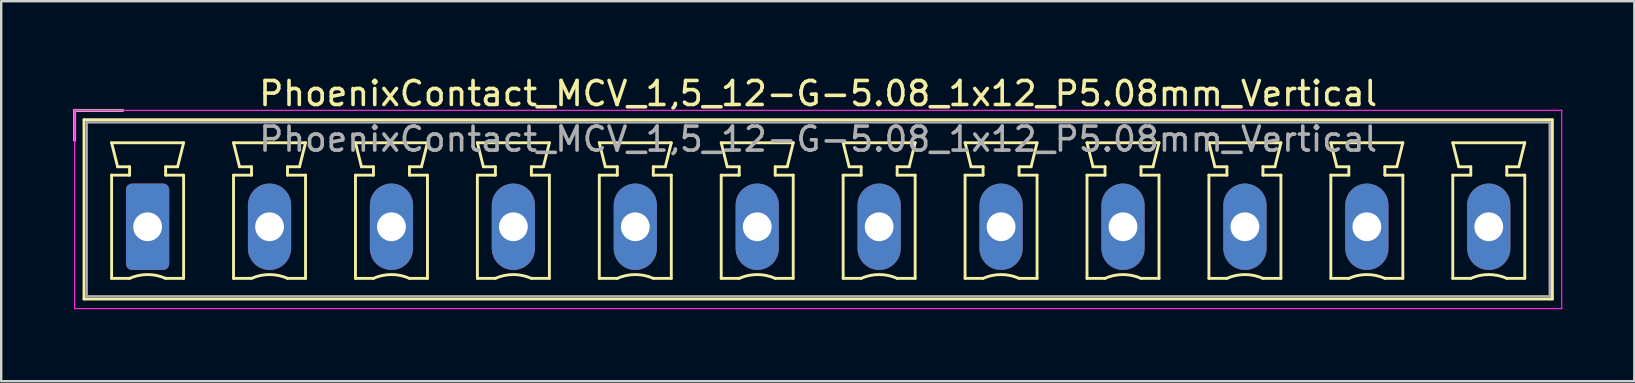
<source format=kicad_pcb>
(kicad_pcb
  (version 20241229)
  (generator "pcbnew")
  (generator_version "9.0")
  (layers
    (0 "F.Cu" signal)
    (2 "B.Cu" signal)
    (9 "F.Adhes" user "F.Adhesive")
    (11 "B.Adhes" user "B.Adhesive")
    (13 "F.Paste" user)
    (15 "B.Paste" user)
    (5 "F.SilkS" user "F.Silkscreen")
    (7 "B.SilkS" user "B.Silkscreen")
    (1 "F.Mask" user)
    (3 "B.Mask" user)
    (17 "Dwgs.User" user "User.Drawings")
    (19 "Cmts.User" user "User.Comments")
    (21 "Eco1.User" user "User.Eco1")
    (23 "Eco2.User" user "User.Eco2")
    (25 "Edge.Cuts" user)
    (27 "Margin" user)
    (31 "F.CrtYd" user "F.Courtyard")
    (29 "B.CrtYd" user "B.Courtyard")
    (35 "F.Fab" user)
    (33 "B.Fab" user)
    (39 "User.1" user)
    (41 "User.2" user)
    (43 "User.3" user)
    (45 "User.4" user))
  (footprint "PhoenixContact_MCV_1,5_12-G-5.08_1x12_P5.08mm_Vertical"
    (layer "F.Cu")
    (at 3.1 6.398)
    (property "Reference" "PhoenixContact_MCV_1,5_12-G-5.08_1x12_P5.08mm_Vertical" (at 27.94 -5.55 0) (layer "F.SilkS") (effects (font (size 1 1) (thickness 0.15))))
    (attr through_hole)
    (fp_line (start -3.04 -4.85) (end -1.04 -4.85) (stroke (width 0.12) (type solid)) (layer "F.SilkS"))
    (fp_line (start -3.04 -3.6) (end -3.04 -4.85) (stroke (width 0.12) (type solid)) (layer "F.SilkS"))
    (fp_line (start -2.65 -4.46) (end -2.65 3.01) (stroke (width 0.12) (type solid)) (layer "F.SilkS"))
    (fp_line (start -2.65 3.01) (end 58.53 3.01) (stroke (width 0.12) (type solid)) (layer "F.SilkS"))
    (fp_line (start -1.5 -3.5) (end 1.5 -3.5) (stroke (width 0.12) (type solid)) (layer "F.SilkS"))
    (fp_line (start -1.5 -2.15) (end -0.75 -2.15) (stroke (width 0.12) (type solid)) (layer "F.SilkS"))
    (fp_line (start -1.5 2.15) (end -1.5 -2.15) (stroke (width 0.12) (type solid)) (layer "F.SilkS"))
    (fp_line (start -1.25 -2.5) (end -1.5 -3.5) (stroke (width 0.12) (type solid)) (layer "F.SilkS"))
    (fp_line (start -0.75 -2.5) (end -1.25 -2.5) (stroke (width 0.12) (type solid)) (layer "F.SilkS"))
    (fp_line (start -0.75 -2.15) (end -0.75 -2.5) (stroke (width 0.12) (type solid)) (layer "F.SilkS"))
    (fp_line (start -0.75 2.15) (end -1.5 2.15) (stroke (width 0.12) (type solid)) (layer "F.SilkS"))
    (fp_line (start 0.75 -2.5) (end 0.75 -2.15) (stroke (width 0.12) (type solid)) (layer "F.SilkS"))
    (fp_line (start 0.75 -2.15) (end 1.5 -2.15) (stroke (width 0.12) (type solid)) (layer "F.SilkS"))
    (fp_line (start 1.25 -2.5) (end 0.75 -2.5) (stroke (width 0.12) (type solid)) (layer "F.SilkS"))
    (fp_line (start 1.5 -3.5) (end 1.25 -2.5) (stroke (width 0.12) (type solid)) (layer "F.SilkS"))
    (fp_line (start 1.5 -2.15) (end 1.5 2.15) (stroke (width 0.12) (type solid)) (layer "F.SilkS"))
    (fp_line (start 1.5 2.15) (end 0.75 2.15) (stroke (width 0.12) (type solid)) (layer "F.SilkS"))
    (fp_line (start 3.58 -3.5) (end 6.58 -3.5) (stroke (width 0.12) (type solid)) (layer "F.SilkS"))
    (fp_line (start 3.58 -2.15) (end 4.33 -2.15) (stroke (width 0.12) (type solid)) (layer "F.SilkS"))
    (fp_line (start 3.58 2.15) (end 3.58 -2.15) (stroke (width 0.12) (type solid)) (layer "F.SilkS"))
    (fp_line (start 3.83 -2.5) (end 3.58 -3.5) (stroke (width 0.12) (type solid)) (layer "F.SilkS"))
    (fp_line (start 4.33 -2.5) (end 3.83 -2.5) (stroke (width 0.12) (type solid)) (layer "F.SilkS"))
    (fp_line (start 4.33 -2.15) (end 4.33 -2.5) (stroke (width 0.12) (type solid)) (layer "F.SilkS"))
    (fp_line (start 4.33 2.15) (end 3.58 2.15) (stroke (width 0.12) (type solid)) (layer "F.SilkS"))
    (fp_line (start 5.83 -2.5) (end 5.83 -2.15) (stroke (width 0.12) (type solid)) (layer "F.SilkS"))
    (fp_line (start 5.83 -2.15) (end 6.58 -2.15) (stroke (width 0.12) (type solid)) (layer "F.SilkS"))
    (fp_line (start 6.33 -2.5) (end 5.83 -2.5) (stroke (width 0.12) (type solid)) (layer "F.SilkS"))
    (fp_line (start 6.58 -3.5) (end 6.33 -2.5) (stroke (width 0.12) (type solid)) (layer "F.SilkS"))
    (fp_line (start 6.58 -2.15) (end 6.58 2.15) (stroke (width 0.12) (type solid)) (layer "F.SilkS"))
    (fp_line (start 6.58 2.15) (end 5.83 2.15) (stroke (width 0.12) (type solid)) (layer "F.SilkS"))
    (fp_line (start 8.66 -3.5) (end 11.66 -3.5) (stroke (width 0.12) (type solid)) (layer "F.SilkS"))
    (fp_line (start 8.66 -2.15) (end 9.41 -2.15) (stroke (width 0.12) (type solid)) (layer "F.SilkS"))
    (fp_line (start 8.66 2.15) (end 8.66 -2.15) (stroke (width 0.12) (type solid)) (layer "F.SilkS"))
    (fp_line (start 8.91 -2.5) (end 8.66 -3.5) (stroke (width 0.12) (type solid)) (layer "F.SilkS"))
    (fp_line (start 9.41 -2.5) (end 8.91 -2.5) (stroke (width 0.12) (type solid)) (layer "F.SilkS"))
    (fp_line (start 9.41 -2.15) (end 9.41 -2.5) (stroke (width 0.12) (type solid)) (layer "F.SilkS"))
    (fp_line (start 9.41 2.15) (end 8.66 2.15) (stroke (width 0.12) (type solid)) (layer "F.SilkS"))
    (fp_line (start 10.91 -2.5) (end 10.91 -2.15) (stroke (width 0.12) (type solid)) (layer "F.SilkS"))
    (fp_line (start 10.91 -2.15) (end 11.66 -2.15) (stroke (width 0.12) (type solid)) (layer "F.SilkS"))
    (fp_line (start 11.41 -2.5) (end 10.91 -2.5) (stroke (width 0.12) (type solid)) (layer "F.SilkS"))
    (fp_line (start 11.66 -3.5) (end 11.41 -2.5) (stroke (width 0.12) (type solid)) (layer "F.SilkS"))
    (fp_line (start 11.66 -2.15) (end 11.66 2.15) (stroke (width 0.12) (type solid)) (layer "F.SilkS"))
    (fp_line (start 11.66 2.15) (end 10.91 2.15) (stroke (width 0.12) (type solid)) (layer "F.SilkS"))
    (fp_line (start 13.74 -3.5) (end 16.74 -3.5) (stroke (width 0.12) (type solid)) (layer "F.SilkS"))
    (fp_line (start 13.74 -2.15) (end 14.49 -2.15) (stroke (width 0.12) (type solid)) (layer "F.SilkS"))
    (fp_line (start 13.74 2.15) (end 13.74 -2.15) (stroke (width 0.12) (type solid)) (layer "F.SilkS"))
    (fp_line (start 13.99 -2.5) (end 13.74 -3.5) (stroke (width 0.12) (type solid)) (layer "F.SilkS"))
    (fp_line (start 14.49 -2.5) (end 13.99 -2.5) (stroke (width 0.12) (type solid)) (layer "F.SilkS"))
    (fp_line (start 14.49 -2.15) (end 14.49 -2.5) (stroke (width 0.12) (type solid)) (layer "F.SilkS"))
    (fp_line (start 14.49 2.15) (end 13.74 2.15) (stroke (width 0.12) (type solid)) (layer "F.SilkS"))
    (fp_line (start 15.99 -2.5) (end 15.99 -2.15) (stroke (width 0.12) (type solid)) (layer "F.SilkS"))
    (fp_line (start 15.99 -2.15) (end 16.74 -2.15) (stroke (width 0.12) (type solid)) (layer "F.SilkS"))
    (fp_line (start 16.49 -2.5) (end 15.99 -2.5) (stroke (width 0.12) (type solid)) (layer "F.SilkS"))
    (fp_line (start 16.74 -3.5) (end 16.49 -2.5) (stroke (width 0.12) (type solid)) (layer "F.SilkS"))
    (fp_line (start 16.74 -2.15) (end 16.74 2.15) (stroke (width 0.12) (type solid)) (layer "F.SilkS"))
    (fp_line (start 16.74 2.15) (end 15.99 2.15) (stroke (width 0.12) (type solid)) (layer "F.SilkS"))
    (fp_line (start 18.82 -3.5) (end 21.82 -3.5) (stroke (width 0.12) (type solid)) (layer "F.SilkS"))
    (fp_line (start 18.82 -2.15) (end 19.57 -2.15) (stroke (width 0.12) (type solid)) (layer "F.SilkS"))
    (fp_line (start 18.82 2.15) (end 18.82 -2.15) (stroke (width 0.12) (type solid)) (layer "F.SilkS"))
    (fp_line (start 19.07 -2.5) (end 18.82 -3.5) (stroke (width 0.12) (type solid)) (layer "F.SilkS"))
    (fp_line (start 19.57 -2.5) (end 19.07 -2.5) (stroke (width 0.12) (type solid)) (layer "F.SilkS"))
    (fp_line (start 19.57 -2.15) (end 19.57 -2.5) (stroke (width 0.12) (type solid)) (layer "F.SilkS"))
    (fp_line (start 19.57 2.15) (end 18.82 2.15) (stroke (width 0.12) (type solid)) (layer "F.SilkS"))
    (fp_line (start 21.07 -2.5) (end 21.07 -2.15) (stroke (width 0.12) (type solid)) (layer "F.SilkS"))
    (fp_line (start 21.07 -2.15) (end 21.82 -2.15) (stroke (width 0.12) (type solid)) (layer "F.SilkS"))
    (fp_line (start 21.57 -2.5) (end 21.07 -2.5) (stroke (width 0.12) (type solid)) (layer "F.SilkS"))
    (fp_line (start 21.82 -3.5) (end 21.57 -2.5) (stroke (width 0.12) (type solid)) (layer "F.SilkS"))
    (fp_line (start 21.82 -2.15) (end 21.82 2.15) (stroke (width 0.12) (type solid)) (layer "F.SilkS"))
    (fp_line (start 21.82 2.15) (end 21.07 2.15) (stroke (width 0.12) (type solid)) (layer "F.SilkS"))
    (fp_line (start 23.9 -3.5) (end 26.9 -3.5) (stroke (width 0.12) (type solid)) (layer "F.SilkS"))
    (fp_line (start 23.9 -2.15) (end 24.65 -2.15) (stroke (width 0.12) (type solid)) (layer "F.SilkS"))
    (fp_line (start 23.9 2.15) (end 23.9 -2.15) (stroke (width 0.12) (type solid)) (layer "F.SilkS"))
    (fp_line (start 24.15 -2.5) (end 23.9 -3.5) (stroke (width 0.12) (type solid)) (layer "F.SilkS"))
    (fp_line (start 24.65 -2.5) (end 24.15 -2.5) (stroke (width 0.12) (type solid)) (layer "F.SilkS"))
    (fp_line (start 24.65 -2.15) (end 24.65 -2.5) (stroke (width 0.12) (type solid)) (layer "F.SilkS"))
    (fp_line (start 24.65 2.15) (end 23.9 2.15) (stroke (width 0.12) (type solid)) (layer "F.SilkS"))
    (fp_line (start 26.15 -2.5) (end 26.15 -2.15) (stroke (width 0.12) (type solid)) (layer "F.SilkS"))
    (fp_line (start 26.15 -2.15) (end 26.9 -2.15) (stroke (width 0.12) (type solid)) (layer "F.SilkS"))
    (fp_line (start 26.65 -2.5) (end 26.15 -2.5) (stroke (width 0.12) (type solid)) (layer "F.SilkS"))
    (fp_line (start 26.9 -3.5) (end 26.65 -2.5) (stroke (width 0.12) (type solid)) (layer "F.SilkS"))
    (fp_line (start 26.9 -2.15) (end 26.9 2.15) (stroke (width 0.12) (type solid)) (layer "F.SilkS"))
    (fp_line (start 26.9 2.15) (end 26.15 2.15) (stroke (width 0.12) (type solid)) (layer "F.SilkS"))
    (fp_line (start 28.98 -3.5) (end 31.98 -3.5) (stroke (width 0.12) (type solid)) (layer "F.SilkS"))
    (fp_line (start 28.98 -2.15) (end 29.73 -2.15) (stroke (width 0.12) (type solid)) (layer "F.SilkS"))
    (fp_line (start 28.98 2.15) (end 28.98 -2.15) (stroke (width 0.12) (type solid)) (layer "F.SilkS"))
    (fp_line (start 29.23 -2.5) (end 28.98 -3.5) (stroke (width 0.12) (type solid)) (layer "F.SilkS"))
    (fp_line (start 29.73 -2.5) (end 29.23 -2.5) (stroke (width 0.12) (type solid)) (layer "F.SilkS"))
    (fp_line (start 29.73 -2.15) (end 29.73 -2.5) (stroke (width 0.12) (type solid)) (layer "F.SilkS"))
    (fp_line (start 29.73 2.15) (end 28.98 2.15) (stroke (width 0.12) (type solid)) (layer "F.SilkS"))
    (fp_line (start 31.23 -2.5) (end 31.23 -2.15) (stroke (width 0.12) (type solid)) (layer "F.SilkS"))
    (fp_line (start 31.23 -2.15) (end 31.98 -2.15) (stroke (width 0.12) (type solid)) (layer "F.SilkS"))
    (fp_line (start 31.73 -2.5) (end 31.23 -2.5) (stroke (width 0.12) (type solid)) (layer "F.SilkS"))
    (fp_line (start 31.98 -3.5) (end 31.73 -2.5) (stroke (width 0.12) (type solid)) (layer "F.SilkS"))
    (fp_line (start 31.98 -2.15) (end 31.98 2.15) (stroke (width 0.12) (type solid)) (layer "F.SilkS"))
    (fp_line (start 31.98 2.15) (end 31.23 2.15) (stroke (width 0.12) (type solid)) (layer "F.SilkS"))
    (fp_line (start 34.06 -3.5) (end 37.06 -3.5) (stroke (width 0.12) (type solid)) (layer "F.SilkS"))
    (fp_line (start 34.06 -2.15) (end 34.81 -2.15) (stroke (width 0.12) (type solid)) (layer "F.SilkS"))
    (fp_line (start 34.06 2.15) (end 34.06 -2.15) (stroke (width 0.12) (type solid)) (layer "F.SilkS"))
    (fp_line (start 34.31 -2.5) (end 34.06 -3.5) (stroke (width 0.12) (type solid)) (layer "F.SilkS"))
    (fp_line (start 34.81 -2.5) (end 34.31 -2.5) (stroke (width 0.12) (type solid)) (layer "F.SilkS"))
    (fp_line (start 34.81 -2.15) (end 34.81 -2.5) (stroke (width 0.12) (type solid)) (layer "F.SilkS"))
    (fp_line (start 34.81 2.15) (end 34.06 2.15) (stroke (width 0.12) (type solid)) (layer "F.SilkS"))
    (fp_line (start 36.31 -2.5) (end 36.31 -2.15) (stroke (width 0.12) (type solid)) (layer "F.SilkS"))
    (fp_line (start 36.31 -2.15) (end 37.06 -2.15) (stroke (width 0.12) (type solid)) (layer "F.SilkS"))
    (fp_line (start 36.81 -2.5) (end 36.31 -2.5) (stroke (width 0.12) (type solid)) (layer "F.SilkS"))
    (fp_line (start 37.06 -3.5) (end 36.81 -2.5) (stroke (width 0.12) (type solid)) (layer "F.SilkS"))
    (fp_line (start 37.06 -2.15) (end 37.06 2.15) (stroke (width 0.12) (type solid)) (layer "F.SilkS"))
    (fp_line (start 37.06 2.15) (end 36.31 2.15) (stroke (width 0.12) (type solid)) (layer "F.SilkS"))
    (fp_line (start 39.14 -3.5) (end 42.14 -3.5) (stroke (width 0.12) (type solid)) (layer "F.SilkS"))
    (fp_line (start 39.14 -2.15) (end 39.89 -2.15) (stroke (width 0.12) (type solid)) (layer "F.SilkS"))
    (fp_line (start 39.14 2.15) (end 39.14 -2.15) (stroke (width 0.12) (type solid)) (layer "F.SilkS"))
    (fp_line (start 39.39 -2.5) (end 39.14 -3.5) (stroke (width 0.12) (type solid)) (layer "F.SilkS"))
    (fp_line (start 39.89 -2.5) (end 39.39 -2.5) (stroke (width 0.12) (type solid)) (layer "F.SilkS"))
    (fp_line (start 39.89 -2.15) (end 39.89 -2.5) (stroke (width 0.12) (type solid)) (layer "F.SilkS"))
    (fp_line (start 39.89 2.15) (end 39.14 2.15) (stroke (width 0.12) (type solid)) (layer "F.SilkS"))
    (fp_line (start 41.39 -2.5) (end 41.39 -2.15) (stroke (width 0.12) (type solid)) (layer "F.SilkS"))
    (fp_line (start 41.39 -2.15) (end 42.14 -2.15) (stroke (width 0.12) (type solid)) (layer "F.SilkS"))
    (fp_line (start 41.89 -2.5) (end 41.39 -2.5) (stroke (width 0.12) (type solid)) (layer "F.SilkS"))
    (fp_line (start 42.14 -3.5) (end 41.89 -2.5) (stroke (width 0.12) (type solid)) (layer "F.SilkS"))
    (fp_line (start 42.14 -2.15) (end 42.14 2.15) (stroke (width 0.12) (type solid)) (layer "F.SilkS"))
    (fp_line (start 42.14 2.15) (end 41.39 2.15) (stroke (width 0.12) (type solid)) (layer "F.SilkS"))
    (fp_line (start 44.22 -3.5) (end 47.22 -3.5) (stroke (width 0.12) (type solid)) (layer "F.SilkS"))
    (fp_line (start 44.22 -2.15) (end 44.97 -2.15) (stroke (width 0.12) (type solid)) (layer "F.SilkS"))
    (fp_line (start 44.22 2.15) (end 44.22 -2.15) (stroke (width 0.12) (type solid)) (layer "F.SilkS"))
    (fp_line (start 44.47 -2.5) (end 44.22 -3.5) (stroke (width 0.12) (type solid)) (layer "F.SilkS"))
    (fp_line (start 44.97 -2.5) (end 44.47 -2.5) (stroke (width 0.12) (type solid)) (layer "F.SilkS"))
    (fp_line (start 44.97 -2.15) (end 44.97 -2.5) (stroke (width 0.12) (type solid)) (layer "F.SilkS"))
    (fp_line (start 44.97 2.15) (end 44.22 2.15) (stroke (width 0.12) (type solid)) (layer "F.SilkS"))
    (fp_line (start 46.47 -2.5) (end 46.47 -2.15) (stroke (width 0.12) (type solid)) (layer "F.SilkS"))
    (fp_line (start 46.47 -2.15) (end 47.22 -2.15) (stroke (width 0.12) (type solid)) (layer "F.SilkS"))
    (fp_line (start 46.97 -2.5) (end 46.47 -2.5) (stroke (width 0.12) (type solid)) (layer "F.SilkS"))
    (fp_line (start 47.22 -3.5) (end 46.97 -2.5) (stroke (width 0.12) (type solid)) (layer "F.SilkS"))
    (fp_line (start 47.22 -2.15) (end 47.22 2.15) (stroke (width 0.12) (type solid)) (layer "F.SilkS"))
    (fp_line (start 47.22 2.15) (end 46.47 2.15) (stroke (width 0.12) (type solid)) (layer "F.SilkS"))
    (fp_line (start 49.3 -3.5) (end 52.3 -3.5) (stroke (width 0.12) (type solid)) (layer "F.SilkS"))
    (fp_line (start 49.3 -2.15) (end 50.05 -2.15) (stroke (width 0.12) (type solid)) (layer "F.SilkS"))
    (fp_line (start 49.3 2.15) (end 49.3 -2.15) (stroke (width 0.12) (type solid)) (layer "F.SilkS"))
    (fp_line (start 49.55 -2.5) (end 49.3 -3.5) (stroke (width 0.12) (type solid)) (layer "F.SilkS"))
    (fp_line (start 50.05 -2.5) (end 49.55 -2.5) (stroke (width 0.12) (type solid)) (layer "F.SilkS"))
    (fp_line (start 50.05 -2.15) (end 50.05 -2.5) (stroke (width 0.12) (type solid)) (layer "F.SilkS"))
    (fp_line (start 50.05 2.15) (end 49.3 2.15) (stroke (width 0.12) (type solid)) (layer "F.SilkS"))
    (fp_line (start 51.55 -2.5) (end 51.55 -2.15) (stroke (width 0.12) (type solid)) (layer "F.SilkS"))
    (fp_line (start 51.55 -2.15) (end 52.3 -2.15) (stroke (width 0.12) (type solid)) (layer "F.SilkS"))
    (fp_line (start 52.05 -2.5) (end 51.55 -2.5) (stroke (width 0.12) (type solid)) (layer "F.SilkS"))
    (fp_line (start 52.3 -3.5) (end 52.05 -2.5) (stroke (width 0.12) (type solid)) (layer "F.SilkS"))
    (fp_line (start 52.3 -2.15) (end 52.3 2.15) (stroke (width 0.12) (type solid)) (layer "F.SilkS"))
    (fp_line (start 52.3 2.15) (end 51.55 2.15) (stroke (width 0.12) (type solid)) (layer "F.SilkS"))
    (fp_line (start 54.38 -3.5) (end 57.38 -3.5) (stroke (width 0.12) (type solid)) (layer "F.SilkS"))
    (fp_line (start 54.38 -2.15) (end 55.13 -2.15) (stroke (width 0.12) (type solid)) (layer "F.SilkS"))
    (fp_line (start 54.38 2.15) (end 54.38 -2.15) (stroke (width 0.12) (type solid)) (layer "F.SilkS"))
    (fp_line (start 54.63 -2.5) (end 54.38 -3.5) (stroke (width 0.12) (type solid)) (layer "F.SilkS"))
    (fp_line (start 55.13 -2.5) (end 54.63 -2.5) (stroke (width 0.12) (type solid)) (layer "F.SilkS"))
    (fp_line (start 55.13 -2.15) (end 55.13 -2.5) (stroke (width 0.12) (type solid)) (layer "F.SilkS"))
    (fp_line (start 55.13 2.15) (end 54.38 2.15) (stroke (width 0.12) (type solid)) (layer "F.SilkS"))
    (fp_line (start 56.63 -2.5) (end 56.63 -2.15) (stroke (width 0.12) (type solid)) (layer "F.SilkS"))
    (fp_line (start 56.63 -2.15) (end 57.38 -2.15) (stroke (width 0.12) (type solid)) (layer "F.SilkS"))
    (fp_line (start 57.13 -2.5) (end 56.63 -2.5) (stroke (width 0.12) (type solid)) (layer "F.SilkS"))
    (fp_line (start 57.38 -3.5) (end 57.13 -2.5) (stroke (width 0.12) (type solid)) (layer "F.SilkS"))
    (fp_line (start 57.38 -2.15) (end 57.38 2.15) (stroke (width 0.12) (type solid)) (layer "F.SilkS"))
    (fp_line (start 57.38 2.15) (end 56.63 2.15) (stroke (width 0.12) (type solid)) (layer "F.SilkS"))
    (fp_line (start 58.53 -4.46) (end -2.65 -4.46) (stroke (width 0.12) (type solid)) (layer "F.SilkS"))
    (fp_line (start 58.53 3.01) (end 58.53 -4.46) (stroke (width 0.12) (type solid)) (layer "F.SilkS"))
    (fp_arc (start -0.75 2.15) (mid -0.000193 1.99191) (end 0.749647 2.149844) (stroke (width 0.12) (type solid)) (layer "F.SilkS"))
    (fp_arc (start 4.33 2.15) (mid 5.079807 1.99191) (end 5.829647 2.149844) (stroke (width 0.12) (type solid)) (layer "F.SilkS"))
    (fp_arc (start 9.41 2.15) (mid 10.159807 1.99191) (end 10.909647 2.149844) (stroke (width 0.12) (type solid)) (layer "F.SilkS"))
    (fp_arc (start 14.49 2.15) (mid 15.239807 1.99191) (end 15.989647 2.149844) (stroke (width 0.12) (type solid)) (layer "F.SilkS"))
    (fp_arc (start 19.57 2.15) (mid 20.319807 1.99191) (end 21.069647 2.149844) (stroke (width 0.12) (type solid)) (layer "F.SilkS"))
    (fp_arc (start 24.65 2.15) (mid 25.399807 1.99191) (end 26.149647 2.149844) (stroke (width 0.12) (type solid)) (layer "F.SilkS"))
    (fp_arc (start 29.73 2.15) (mid 30.479807 1.99191) (end 31.229647 2.149844) (stroke (width 0.12) (type solid)) (layer "F.SilkS"))
    (fp_arc (start 34.81 2.15) (mid 35.559807 1.99191) (end 36.309647 2.149844) (stroke (width 0.12) (type solid)) (layer "F.SilkS"))
    (fp_arc (start 39.89 2.15) (mid 40.639807 1.99191) (end 41.389647 2.149844) (stroke (width 0.12) (type solid)) (layer "F.SilkS"))
    (fp_arc (start 44.97 2.15) (mid 45.719807 1.99191) (end 46.469647 2.149844) (stroke (width 0.12) (type solid)) (layer "F.SilkS"))
    (fp_arc (start 50.05 2.15) (mid 50.799807 1.99191) (end 51.549647 2.149844) (stroke (width 0.12) (type solid)) (layer "F.SilkS"))
    (fp_arc (start 55.13 2.15) (mid 55.879807 1.99191) (end 56.629647 2.149844) (stroke (width 0.12) (type solid)) (layer "F.SilkS"))
    (fp_line (start -3.04 -4.85) (end -3.04 3.41) (stroke (width 0.05) (type solid)) (layer "F.CrtYd"))
    (fp_line (start -3.04 3.41) (end 58.92 3.41) (stroke (width 0.05) (type solid)) (layer "F.CrtYd"))
    (fp_line (start 58.92 -4.85) (end -3.04 -4.85) (stroke (width 0.05) (type solid)) (layer "F.CrtYd"))
    (fp_line (start 58.92 3.41) (end 58.92 -4.85) (stroke (width 0.05) (type solid)) (layer "F.CrtYd"))
    (fp_line (start -3.04 -4.85) (end -1.04 -4.85) (stroke (width 0.1) (type solid)) (layer "F.Fab"))
    (fp_line (start -3.04 -3.6) (end -3.04 -4.85) (stroke (width 0.1) (type solid)) (layer "F.Fab"))
    (fp_line (start -2.54 -4.35) (end -2.54 2.9) (stroke (width 0.1) (type solid)) (layer "F.Fab"))
    (fp_line (start -2.54 2.9) (end 58.42 2.9) (stroke (width 0.1) (type solid)) (layer "F.Fab"))
    (fp_line (start 58.42 -4.35) (end -2.54 -4.35) (stroke (width 0.1) (type solid)) (layer "F.Fab"))
    (fp_line (start 58.42 2.9) (end 58.42 -4.35) (stroke (width 0.1) (type solid)) (layer "F.Fab"))
    (fp_text user "${REFERENCE}" (at 27.94 -3.65 0) (layer "F.Fab") (effects (font (size 1 1) (thickness 0.15))))
    (pad "1" thru_hole roundrect (at 0 0) (size 1.8 3.6) (drill 1.2) (layers "*.Cu" "*.Mask") (roundrect_rratio 0.139))
    (pad "2" thru_hole oval (at 5.08 0) (size 1.8 3.6) (drill 1.2) (layers "*.Cu" "*.Mask"))
    (pad "3" thru_hole oval (at 10.16 0) (size 1.8 3.6) (drill 1.2) (layers "*.Cu" "*.Mask"))
    (pad "4" thru_hole oval (at 15.24 0) (size 1.8 3.6) (drill 1.2) (layers "*.Cu" "*.Mask"))
    (pad "5" thru_hole oval (at 20.32 0) (size 1.8 3.6) (drill 1.2) (layers "*.Cu" "*.Mask"))
    (pad "6" thru_hole oval (at 25.4 0) (size 1.8 3.6) (drill 1.2) (layers "*.Cu" "*.Mask"))
    (pad "7" thru_hole oval (at 30.48 0) (size 1.8 3.6) (drill 1.2) (layers "*.Cu" "*.Mask"))
    (pad "8" thru_hole oval (at 35.56 0) (size 1.8 3.6) (drill 1.2) (layers "*.Cu" "*.Mask"))
    (pad "9" thru_hole oval (at 40.64 0) (size 1.8 3.6) (drill 1.2) (layers "*.Cu" "*.Mask"))
    (pad "10" thru_hole oval (at 45.72 0) (size 1.8 3.6) (drill 1.2) (layers "*.Cu" "*.Mask"))
    (pad "11" thru_hole oval (at 50.8 0) (size 1.8 3.6) (drill 1.2) (layers "*.Cu" "*.Mask"))
    (pad "12" thru_hole oval (at 55.88 0) (size 1.8 3.6) (drill 1.2) (layers "*.Cu" "*.Mask")))
  (gr_rect
    (start -3 -3)
    (end 65.045 12.833)
    (stroke (width 0.1) (type default))
    (fill no)
    (layer "Edge.Cuts")))
</source>
